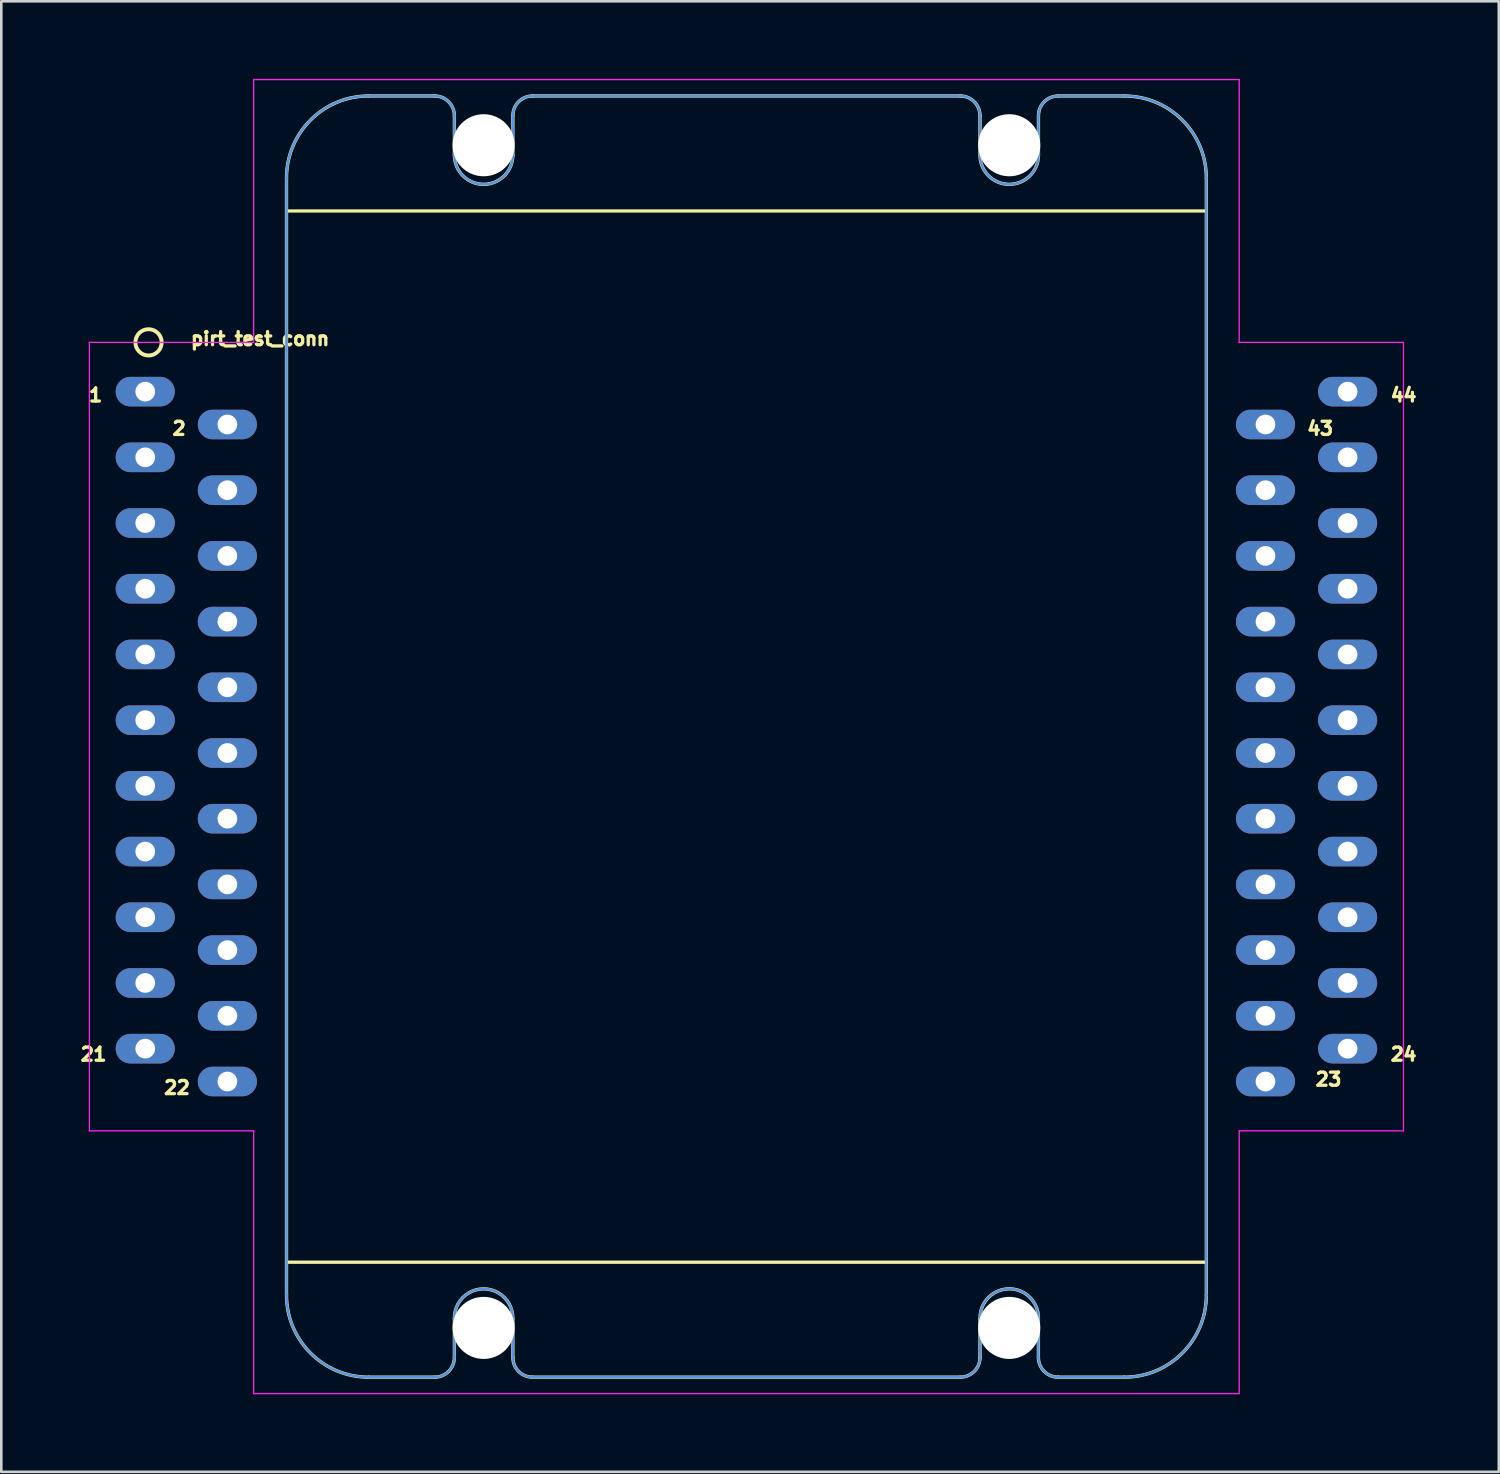
<source format=kicad_pcb>
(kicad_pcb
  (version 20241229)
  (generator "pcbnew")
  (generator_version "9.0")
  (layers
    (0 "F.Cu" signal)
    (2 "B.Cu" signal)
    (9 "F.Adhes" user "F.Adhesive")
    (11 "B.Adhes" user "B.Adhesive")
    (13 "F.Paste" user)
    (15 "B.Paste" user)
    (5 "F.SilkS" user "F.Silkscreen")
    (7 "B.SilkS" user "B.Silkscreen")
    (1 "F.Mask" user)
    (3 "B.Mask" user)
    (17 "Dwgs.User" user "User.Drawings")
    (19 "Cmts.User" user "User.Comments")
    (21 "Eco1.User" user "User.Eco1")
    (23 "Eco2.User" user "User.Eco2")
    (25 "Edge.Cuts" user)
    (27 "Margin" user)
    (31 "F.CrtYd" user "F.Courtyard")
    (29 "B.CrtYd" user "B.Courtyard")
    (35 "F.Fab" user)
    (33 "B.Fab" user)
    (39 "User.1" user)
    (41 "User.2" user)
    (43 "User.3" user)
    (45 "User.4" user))
  (footprint "pirt_test_conn"
    (layer "F.Cu")
    (at 25.806 25.425)
    (property "Reference" "pirt_test_conn" (at -21.546 -15.081 0) (layer "F.SilkS") (effects (font (size 0.508 0.508) (thickness 0.127)) (justify left bottom)))
    (fp_line (start -17.78 -20.32) (end 17.78 -20.32) (stroke (width 0.127) (type solid)) (layer "F.SilkS"))
    (fp_line (start -17.78 20.32) (end 17.78 20.32) (stroke (width 0.127) (type solid)) (layer "F.SilkS"))
    (fp_line (start -17.78 21.59) (end -17.78 -21.59) (stroke (width 0.127) (type solid)) (layer "F.SilkS"))
    (fp_line (start -14.605 -24.765) (end -12.053 -24.765) (stroke (width 0.127) (type solid)) (layer "F.SilkS"))
    (fp_line (start -12.052 24.765) (end -14.605 24.765) (stroke (width 0.127) (type solid)) (layer "F.SilkS"))
    (fp_line (start -11.29 -22.479) (end -11.29 -24.003) (stroke (width 0.127) (type solid)) (layer "F.SilkS"))
    (fp_line (start -11.29 24.003) (end -11.29 22.495) (stroke (width 0.127) (type solid)) (layer "F.SilkS"))
    (fp_line (start -9.03 22.495) (end -9.03 24.003) (stroke (width 0.127) (type solid)) (layer "F.SilkS"))
    (fp_line (start -9.03 -24.003) (end -9.03 -22.479) (stroke (width 0.127) (type solid)) (layer "F.SilkS"))
    (fp_line (start -8.268 -24.765) (end 8.268 -24.765) (stroke (width 0.127) (type solid)) (layer "F.SilkS"))
    (fp_line (start 8.268 24.765) (end -8.268 24.765) (stroke (width 0.127) (type solid)) (layer "F.SilkS"))
    (fp_line (start 9.03 -22.479) (end 9.03 -24.003) (stroke (width 0.127) (type solid)) (layer "F.SilkS"))
    (fp_line (start 9.03 24.003) (end 9.03 22.505) (stroke (width 0.127) (type solid)) (layer "F.SilkS"))
    (fp_line (start 11.288 22.553) (end 11.288 24.003) (stroke (width 0.127) (type solid)) (layer "F.SilkS"))
    (fp_line (start 11.29 -24.003) (end 11.29 -22.479) (stroke (width 0.127) (type solid)) (layer "F.SilkS"))
    (fp_line (start 12.053 -24.765) (end 14.605 -24.765) (stroke (width 0.127) (type solid)) (layer "F.SilkS"))
    (fp_line (start 14.605 24.765) (end 12.05 24.765) (stroke (width 0.127) (type solid)) (layer "F.SilkS"))
    (fp_line (start 17.78 -21.59) (end 17.78 21.59) (stroke (width 0.127) (type solid)) (layer "F.SilkS"))
    (fp_arc (start -17.78 -21.59) (mid -16.850064 -23.835064) (end -14.605 -24.765) (stroke (width 0.127) (type solid)) (layer "F.SilkS"))
    (fp_arc (start -14.605 24.765) (mid -16.850064 23.835064) (end -17.78 21.59) (stroke (width 0.127) (type solid)) (layer "F.SilkS"))
    (fp_arc (start -12.0525 -24.765) (mid -11.513685 -24.541815) (end -11.2905 -24.003) (stroke (width 0.127) (type solid)) (layer "F.SilkS"))
    (fp_arc (start -11.29038 22.495276) (mid -10.159998 21.348498) (end -9.029618 22.495278) (stroke (width 0.127) (type solid)) (layer "F.SilkS"))
    (fp_arc (start -11.290378 24.003) (mid -11.513563 24.541815) (end -12.052378 24.765) (stroke (width 0.127) (type solid)) (layer "F.SilkS"))
    (fp_arc (start -9.0295 -24.003) (mid -8.806315 -24.541815) (end -8.2675 -24.765) (stroke (width 0.127) (type solid)) (layer "F.SilkS"))
    (fp_arc (start -9.0295 -22.479) (mid -10.16 -21.3485) (end -11.2905 -22.479) (stroke (width 0.127) (type solid)) (layer "F.SilkS"))
    (fp_arc (start -8.267618 24.765) (mid -8.806433 24.541815) (end -9.029618 24.003) (stroke (width 0.127) (type solid)) (layer "F.SilkS"))
    (fp_arc (start 8.2675 -24.765) (mid 8.806315 -24.541815) (end 9.0295 -24.003) (stroke (width 0.127) (type solid)) (layer "F.SilkS"))
    (fp_arc (start 9.029795 22.504876) (mid 10.184334 21.348762) (end 11.28804 22.5535) (stroke (width 0.127) (type solid)) (layer "F.SilkS"))
    (fp_arc (start 9.0298 24.003) (mid 8.806615 24.541815) (end 8.2678 24.765) (stroke (width 0.127) (type solid)) (layer "F.SilkS"))
    (fp_arc (start 11.2905 -24.003) (mid 11.513685 -24.541815) (end 12.0525 -24.765) (stroke (width 0.127) (type solid)) (layer "F.SilkS"))
    (fp_arc (start 11.2905 -22.479) (mid 10.16 -21.3485) (end 9.0295 -22.479) (stroke (width 0.127) (type solid)) (layer "F.SilkS"))
    (fp_arc (start 12.05004 24.765) (mid 11.511225 24.541815) (end 11.28804 24.003) (stroke (width 0.127) (type solid)) (layer "F.SilkS"))
    (fp_arc (start 14.605 -24.765) (mid 16.850064 -23.835064) (end 17.78 -21.59) (stroke (width 0.127) (type solid)) (layer "F.SilkS"))
    (fp_arc (start 17.78 21.59) (mid 16.850064 23.835064) (end 14.605 24.765) (stroke (width 0.127) (type solid)) (layer "F.SilkS"))
    (fp_circle (center -23.114 -15.24) (end -22.606 -15.24) (stroke (width 0.152) (type solid)) (fill no) (layer "F.SilkS"))
    (fp_line (start -23.368 -13.525) (end -23.177 -13.525) (stroke (width 0.1) (type solid)) (layer "Cmts.User"))
    (fp_line (start -23.368 -13.525) (end -23.177 -13.145) (stroke (width 0.1) (type solid)) (layer "Cmts.User"))
    (fp_line (start -23.368 -13.145) (end -23.368 -13.525) (stroke (width 0.1) (type solid)) (layer "Cmts.User"))
    (fp_line (start -23.368 -13.145) (end -23.177 -13.525) (stroke (width 0.1) (type solid)) (layer "Cmts.User"))
    (fp_line (start -23.368 -10.986) (end -23.176 -10.986) (stroke (width 0.1) (type solid)) (layer "Cmts.User"))
    (fp_line (start -23.368 -10.604) (end -23.368 -10.986) (stroke (width 0.1) (type solid)) (layer "Cmts.User"))
    (fp_line (start -23.368 -8.445) (end -23.176 -8.445) (stroke (width 0.1) (type solid)) (layer "Cmts.User"))
    (fp_line (start -23.368 -8.065) (end -23.368 -8.445) (stroke (width 0.1) (type solid)) (layer "Cmts.User"))
    (fp_line (start -23.368 -5.905) (end -23.176 -5.905) (stroke (width 0.1) (type solid)) (layer "Cmts.User"))
    (fp_line (start -23.368 -5.524) (end -23.368 -5.905) (stroke (width 0.1) (type solid)) (layer "Cmts.User"))
    (fp_line (start -23.368 -3.365) (end -23.176 -3.365) (stroke (width 0.1) (type solid)) (layer "Cmts.User"))
    (fp_line (start -23.368 -2.985) (end -23.368 -3.365) (stroke (width 0.1) (type solid)) (layer "Cmts.User"))
    (fp_line (start -23.368 -0.826) (end -23.176 -0.826) (stroke (width 0.1) (type solid)) (layer "Cmts.User"))
    (fp_line (start -23.368 -0.445) (end -23.368 -0.826) (stroke (width 0.1) (type solid)) (layer "Cmts.User"))
    (fp_line (start -23.368 1.714) (end -23.176 1.714) (stroke (width 0.1) (type solid)) (layer "Cmts.User"))
    (fp_line (start -23.368 2.095) (end -23.368 1.714) (stroke (width 0.1) (type solid)) (layer "Cmts.User"))
    (fp_line (start -23.368 4.255) (end -23.176 4.255) (stroke (width 0.1) (type solid)) (layer "Cmts.User"))
    (fp_line (start -23.368 4.636) (end -23.368 4.255) (stroke (width 0.1) (type solid)) (layer "Cmts.User"))
    (fp_line (start -23.368 6.795) (end -23.176 6.795) (stroke (width 0.1) (type solid)) (layer "Cmts.User"))
    (fp_line (start -23.368 7.176) (end -23.368 6.795) (stroke (width 0.1) (type solid)) (layer "Cmts.User"))
    (fp_line (start -23.368 9.335) (end -23.176 9.335) (stroke (width 0.1) (type solid)) (layer "Cmts.User"))
    (fp_line (start -23.368 9.716) (end -23.368 9.335) (stroke (width 0.1) (type solid)) (layer "Cmts.User"))
    (fp_line (start -23.368 11.874) (end -23.368 12.255) (stroke (width 0.1) (type solid)) (layer "Cmts.User"))
    (fp_line (start -23.368 12.255) (end -23.176 12.255) (stroke (width 0.1) (type solid)) (layer "Cmts.User"))
    (fp_line (start -23.177 -13.525) (end -23.176 -13.525) (stroke (width 0.1) (type solid)) (layer "Cmts.User"))
    (fp_line (start -23.177 -13.145) (end -23.368 -13.145) (stroke (width 0.1) (type solid)) (layer "Cmts.User"))
    (fp_line (start -23.176 -13.525) (end -23.176 -13.145) (stroke (width 0.1) (type solid)) (layer "Cmts.User"))
    (fp_line (start -23.176 -13.145) (end -23.177 -13.145) (stroke (width 0.1) (type solid)) (layer "Cmts.User"))
    (fp_line (start -23.176 -10.986) (end -23.176 -10.604) (stroke (width 0.1) (type solid)) (layer "Cmts.User"))
    (fp_line (start -23.176 -10.604) (end -23.368 -10.604) (stroke (width 0.1) (type solid)) (layer "Cmts.User"))
    (fp_line (start -23.176 -8.445) (end -23.176 -8.065) (stroke (width 0.1) (type solid)) (layer "Cmts.User"))
    (fp_line (start -23.176 -8.065) (end -23.368 -8.065) (stroke (width 0.1) (type solid)) (layer "Cmts.User"))
    (fp_line (start -23.176 -5.905) (end -23.176 -5.524) (stroke (width 0.1) (type solid)) (layer "Cmts.User"))
    (fp_line (start -23.176 -5.524) (end -23.368 -5.524) (stroke (width 0.1) (type solid)) (layer "Cmts.User"))
    (fp_line (start -23.176 -3.365) (end -23.176 -2.985) (stroke (width 0.1) (type solid)) (layer "Cmts.User"))
    (fp_line (start -23.176 -2.985) (end -23.368 -2.985) (stroke (width 0.1) (type solid)) (layer "Cmts.User"))
    (fp_line (start -23.176 -0.826) (end -23.176 -0.445) (stroke (width 0.1) (type solid)) (layer "Cmts.User"))
    (fp_line (start -23.176 -0.445) (end -23.368 -0.445) (stroke (width 0.1) (type solid)) (layer "Cmts.User"))
    (fp_line (start -23.176 1.714) (end -23.176 2.095) (stroke (width 0.1) (type solid)) (layer "Cmts.User"))
    (fp_line (start -23.176 2.095) (end -23.368 2.095) (stroke (width 0.1) (type solid)) (layer "Cmts.User"))
    (fp_line (start -23.176 4.255) (end -23.176 4.636) (stroke (width 0.1) (type solid)) (layer "Cmts.User"))
    (fp_line (start -23.176 4.636) (end -23.368 4.636) (stroke (width 0.1) (type solid)) (layer "Cmts.User"))
    (fp_line (start -23.176 6.795) (end -23.176 7.176) (stroke (width 0.1) (type solid)) (layer "Cmts.User"))
    (fp_line (start -23.176 7.176) (end -23.368 7.176) (stroke (width 0.1) (type solid)) (layer "Cmts.User"))
    (fp_line (start -23.176 9.335) (end -23.176 9.716) (stroke (width 0.1) (type solid)) (layer "Cmts.User"))
    (fp_line (start -23.176 9.716) (end -23.368 9.716) (stroke (width 0.1) (type solid)) (layer "Cmts.User"))
    (fp_line (start -23.176 11.874) (end -23.368 11.874) (stroke (width 0.1) (type solid)) (layer "Cmts.User"))
    (fp_line (start -23.176 12.255) (end -23.176 11.874) (stroke (width 0.1) (type solid)) (layer "Cmts.User"))
    (fp_line (start -20.193 -12.255) (end -20.003 -12.255) (stroke (width 0.1) (type solid)) (layer "Cmts.User"))
    (fp_line (start -20.193 -12.255) (end -20.003 -11.874) (stroke (width 0.1) (type solid)) (layer "Cmts.User"))
    (fp_line (start -20.193 -11.874) (end -20.193 -12.255) (stroke (width 0.1) (type solid)) (layer "Cmts.User"))
    (fp_line (start -20.193 -11.874) (end -20.003 -12.255) (stroke (width 0.1) (type solid)) (layer "Cmts.User"))
    (fp_line (start -20.193 -9.716) (end -20.001 -9.716) (stroke (width 0.1) (type solid)) (layer "Cmts.User"))
    (fp_line (start -20.193 -9.335) (end -20.193 -9.716) (stroke (width 0.1) (type solid)) (layer "Cmts.User"))
    (fp_line (start -20.193 -7.176) (end -20.001 -7.176) (stroke (width 0.1) (type solid)) (layer "Cmts.User"))
    (fp_line (start -20.193 -6.795) (end -20.193 -7.176) (stroke (width 0.1) (type solid)) (layer "Cmts.User"))
    (fp_line (start -20.193 -4.636) (end -20.001 -4.636) (stroke (width 0.1) (type solid)) (layer "Cmts.User"))
    (fp_line (start -20.193 -4.255) (end -20.193 -4.636) (stroke (width 0.1) (type solid)) (layer "Cmts.User"))
    (fp_line (start -20.193 -2.095) (end -20.001 -2.095) (stroke (width 0.1) (type solid)) (layer "Cmts.User"))
    (fp_line (start -20.193 -1.714) (end -20.193 -2.095) (stroke (width 0.1) (type solid)) (layer "Cmts.User"))
    (fp_line (start -20.193 0.445) (end -20.001 0.445) (stroke (width 0.1) (type solid)) (layer "Cmts.User"))
    (fp_line (start -20.193 0.826) (end -20.193 0.445) (stroke (width 0.1) (type solid)) (layer "Cmts.User"))
    (fp_line (start -20.193 2.985) (end -20.001 2.985) (stroke (width 0.1) (type solid)) (layer "Cmts.User"))
    (fp_line (start -20.193 3.365) (end -20.193 2.985) (stroke (width 0.1) (type solid)) (layer "Cmts.User"))
    (fp_line (start -20.193 5.524) (end -20.001 5.524) (stroke (width 0.1) (type solid)) (layer "Cmts.User"))
    (fp_line (start -20.193 5.905) (end -20.193 5.524) (stroke (width 0.1) (type solid)) (layer "Cmts.User"))
    (fp_line (start -20.193 8.065) (end -20.001 8.065) (stroke (width 0.1) (type solid)) (layer "Cmts.User"))
    (fp_line (start -20.193 8.445) (end -20.193 8.065) (stroke (width 0.1) (type solid)) (layer "Cmts.User"))
    (fp_line (start -20.193 10.604) (end -20.001 10.604) (stroke (width 0.1) (type solid)) (layer "Cmts.User"))
    (fp_line (start -20.193 10.986) (end -20.193 10.604) (stroke (width 0.1) (type solid)) (layer "Cmts.User"))
    (fp_line (start -20.193 13.145) (end -20.001 13.145) (stroke (width 0.1) (type solid)) (layer "Cmts.User"))
    (fp_line (start -20.193 13.525) (end -20.193 13.145) (stroke (width 0.1) (type solid)) (layer "Cmts.User"))
    (fp_line (start -20.003 -12.255) (end -20.001 -12.255) (stroke (width 0.1) (type solid)) (layer "Cmts.User"))
    (fp_line (start -20.003 -11.874) (end -20.193 -11.874) (stroke (width 0.1) (type solid)) (layer "Cmts.User"))
    (fp_line (start -20.001 -12.255) (end -20.001 -11.874) (stroke (width 0.1) (type solid)) (layer "Cmts.User"))
    (fp_line (start -20.001 -11.874) (end -20.003 -11.874) (stroke (width 0.1) (type solid)) (layer "Cmts.User"))
    (fp_line (start -20.001 -9.716) (end -20.001 -9.335) (stroke (width 0.1) (type solid)) (layer "Cmts.User"))
    (fp_line (start -20.001 -9.335) (end -20.193 -9.335) (stroke (width 0.1) (type solid)) (layer "Cmts.User"))
    (fp_line (start -20.001 -7.176) (end -20.001 -6.795) (stroke (width 0.1) (type solid)) (layer "Cmts.User"))
    (fp_line (start -20.001 -6.795) (end -20.193 -6.795) (stroke (width 0.1) (type solid)) (layer "Cmts.User"))
    (fp_line (start -20.001 -4.636) (end -20.001 -4.255) (stroke (width 0.1) (type solid)) (layer "Cmts.User"))
    (fp_line (start -20.001 -4.255) (end -20.193 -4.255) (stroke (width 0.1) (type solid)) (layer "Cmts.User"))
    (fp_line (start -20.001 -2.095) (end -20.001 -1.714) (stroke (width 0.1) (type solid)) (layer "Cmts.User"))
    (fp_line (start -20.001 -1.714) (end -20.193 -1.714) (stroke (width 0.1) (type solid)) (layer "Cmts.User"))
    (fp_line (start -20.001 0.445) (end -20.001 0.826) (stroke (width 0.1) (type solid)) (layer "Cmts.User"))
    (fp_line (start -20.001 0.826) (end -20.193 0.826) (stroke (width 0.1) (type solid)) (layer "Cmts.User"))
    (fp_line (start -20.001 2.985) (end -20.001 3.365) (stroke (width 0.1) (type solid)) (layer "Cmts.User"))
    (fp_line (start -20.001 3.365) (end -20.193 3.365) (stroke (width 0.1) (type solid)) (layer "Cmts.User"))
    (fp_line (start -20.001 5.524) (end -20.001 5.905) (stroke (width 0.1) (type solid)) (layer "Cmts.User"))
    (fp_line (start -20.001 5.905) (end -20.193 5.905) (stroke (width 0.1) (type solid)) (layer "Cmts.User"))
    (fp_line (start -20.001 8.065) (end -20.001 8.445) (stroke (width 0.1) (type solid)) (layer "Cmts.User"))
    (fp_line (start -20.001 8.445) (end -20.193 8.445) (stroke (width 0.1) (type solid)) (layer "Cmts.User"))
    (fp_line (start -20.001 10.604) (end -20.001 10.986) (stroke (width 0.1) (type solid)) (layer "Cmts.User"))
    (fp_line (start -20.001 10.986) (end -20.193 10.986) (stroke (width 0.1) (type solid)) (layer "Cmts.User"))
    (fp_line (start -20.001 13.145) (end -20.001 13.525) (stroke (width 0.1) (type solid)) (layer "Cmts.User"))
    (fp_line (start -20.001 13.525) (end -20.193 13.525) (stroke (width 0.1) (type solid)) (layer "Cmts.User"))
    (fp_line (start -17.78 21.59) (end -17.78 -21.59) (stroke (width 0.1) (type solid)) (layer "Cmts.User"))
    (fp_line (start -14.605 -24.765) (end -12.053 -24.765) (stroke (width 0.1) (type solid)) (layer "Cmts.User"))
    (fp_line (start -12.052 24.765) (end -14.605 24.765) (stroke (width 0.1) (type solid)) (layer "Cmts.User"))
    (fp_line (start -11.29 -22.479) (end -11.29 -24.003) (stroke (width 0.1) (type solid)) (layer "Cmts.User"))
    (fp_line (start -11.29 24.003) (end -11.29 22.495) (stroke (width 0.1) (type solid)) (layer "Cmts.User"))
    (fp_line (start -9.03 22.495) (end -9.03 24.003) (stroke (width 0.1) (type solid)) (layer "Cmts.User"))
    (fp_line (start -9.03 -24.003) (end -9.03 -22.479) (stroke (width 0.1) (type solid)) (layer "Cmts.User"))
    (fp_line (start -8.268 -24.765) (end 8.268 -24.765) (stroke (width 0.1) (type solid)) (layer "Cmts.User"))
    (fp_line (start 8.268 24.765) (end -8.268 24.765) (stroke (width 0.1) (type solid)) (layer "Cmts.User"))
    (fp_line (start 9.03 -22.479) (end 9.03 -24.003) (stroke (width 0.1) (type solid)) (layer "Cmts.User"))
    (fp_line (start 9.03 24.003) (end 9.03 22.505) (stroke (width 0.1) (type solid)) (layer "Cmts.User"))
    (fp_line (start 11.288 22.553) (end 11.288 24.003) (stroke (width 0.1) (type solid)) (layer "Cmts.User"))
    (fp_line (start 11.29 -24.003) (end 11.29 -22.479) (stroke (width 0.1) (type solid)) (layer "Cmts.User"))
    (fp_line (start 12.053 -24.765) (end 14.605 -24.765) (stroke (width 0.1) (type solid)) (layer "Cmts.User"))
    (fp_line (start 14.605 24.765) (end 12.05 24.765) (stroke (width 0.1) (type solid)) (layer "Cmts.User"))
    (fp_line (start 17.78 -21.59) (end 17.78 21.59) (stroke (width 0.1) (type solid)) (layer "Cmts.User"))
    (fp_line (start 19.939 -12.255) (end 19.939 -11.874) (stroke (width 0.1) (type solid)) (layer "Cmts.User"))
    (fp_line (start 19.939 -11.874) (end 20.193 -11.874) (stroke (width 0.1) (type solid)) (layer "Cmts.User"))
    (fp_line (start 19.939 -9.716) (end 19.939 -9.335) (stroke (width 0.1) (type solid)) (layer "Cmts.User"))
    (fp_line (start 19.939 -9.335) (end 20.193 -9.335) (stroke (width 0.1) (type solid)) (layer "Cmts.User"))
    (fp_line (start 19.939 -7.176) (end 19.939 -6.795) (stroke (width 0.1) (type solid)) (layer "Cmts.User"))
    (fp_line (start 19.939 -6.795) (end 20.193 -6.795) (stroke (width 0.1) (type solid)) (layer "Cmts.User"))
    (fp_line (start 19.939 -4.636) (end 19.939 -4.255) (stroke (width 0.1) (type solid)) (layer "Cmts.User"))
    (fp_line (start 19.939 -4.255) (end 20.193 -4.255) (stroke (width 0.1) (type solid)) (layer "Cmts.User"))
    (fp_line (start 19.939 -2.095) (end 19.939 -1.714) (stroke (width 0.1) (type solid)) (layer "Cmts.User"))
    (fp_line (start 19.939 -1.714) (end 20.193 -1.714) (stroke (width 0.1) (type solid)) (layer "Cmts.User"))
    (fp_line (start 19.939 0.445) (end 19.939 0.826) (stroke (width 0.1) (type solid)) (layer "Cmts.User"))
    (fp_line (start 19.939 0.826) (end 20.193 0.826) (stroke (width 0.1) (type solid)) (layer "Cmts.User"))
    (fp_line (start 19.939 2.985) (end 19.939 3.365) (stroke (width 0.1) (type solid)) (layer "Cmts.User"))
    (fp_line (start 19.939 3.365) (end 20.193 3.365) (stroke (width 0.1) (type solid)) (layer "Cmts.User"))
    (fp_line (start 19.939 5.524) (end 19.939 5.905) (stroke (width 0.1) (type solid)) (layer "Cmts.User"))
    (fp_line (start 19.939 5.905) (end 20.193 5.905) (stroke (width 0.1) (type solid)) (layer "Cmts.User"))
    (fp_line (start 19.939 8.065) (end 19.939 8.445) (stroke (width 0.1) (type solid)) (layer "Cmts.User"))
    (fp_line (start 19.939 8.445) (end 20.193 8.445) (stroke (width 0.1) (type solid)) (layer "Cmts.User"))
    (fp_line (start 19.939 10.604) (end 19.939 10.986) (stroke (width 0.1) (type solid)) (layer "Cmts.User"))
    (fp_line (start 19.939 10.986) (end 20.193 10.986) (stroke (width 0.1) (type solid)) (layer "Cmts.User"))
    (fp_line (start 19.939 13.145) (end 19.939 13.525) (stroke (width 0.1) (type solid)) (layer "Cmts.User"))
    (fp_line (start 19.939 13.145) (end 20.193 13.525) (stroke (width 0.1) (type solid)) (layer "Cmts.User"))
    (fp_line (start 19.939 13.525) (end 20.193 13.145) (stroke (width 0.1) (type solid)) (layer "Cmts.User"))
    (fp_line (start 19.939 13.525) (end 20.193 13.525) (stroke (width 0.1) (type solid)) (layer "Cmts.User"))
    (fp_line (start 20.193 -12.255) (end 19.939 -12.255) (stroke (width 0.1) (type solid)) (layer "Cmts.User"))
    (fp_line (start 20.193 -11.874) (end 20.193 -12.255) (stroke (width 0.1) (type solid)) (layer "Cmts.User"))
    (fp_line (start 20.193 -9.716) (end 19.939 -9.716) (stroke (width 0.1) (type solid)) (layer "Cmts.User"))
    (fp_line (start 20.193 -9.335) (end 20.193 -9.716) (stroke (width 0.1) (type solid)) (layer "Cmts.User"))
    (fp_line (start 20.193 -7.176) (end 19.939 -7.176) (stroke (width 0.1) (type solid)) (layer "Cmts.User"))
    (fp_line (start 20.193 -6.795) (end 20.193 -7.176) (stroke (width 0.1) (type solid)) (layer "Cmts.User"))
    (fp_line (start 20.193 -4.636) (end 19.939 -4.636) (stroke (width 0.1) (type solid)) (layer "Cmts.User"))
    (fp_line (start 20.193 -4.255) (end 20.193 -4.636) (stroke (width 0.1) (type solid)) (layer "Cmts.User"))
    (fp_line (start 20.193 -2.095) (end 19.939 -2.095) (stroke (width 0.1) (type solid)) (layer "Cmts.User"))
    (fp_line (start 20.193 -1.714) (end 20.193 -2.095) (stroke (width 0.1) (type solid)) (layer "Cmts.User"))
    (fp_line (start 20.193 0.445) (end 19.939 0.445) (stroke (width 0.1) (type solid)) (layer "Cmts.User"))
    (fp_line (start 20.193 0.826) (end 20.193 0.445) (stroke (width 0.1) (type solid)) (layer "Cmts.User"))
    (fp_line (start 20.193 2.985) (end 19.939 2.985) (stroke (width 0.1) (type solid)) (layer "Cmts.User"))
    (fp_line (start 20.193 3.365) (end 20.193 2.985) (stroke (width 0.1) (type solid)) (layer "Cmts.User"))
    (fp_line (start 20.193 5.524) (end 19.939 5.524) (stroke (width 0.1) (type solid)) (layer "Cmts.User"))
    (fp_line (start 20.193 5.905) (end 20.193 5.524) (stroke (width 0.1) (type solid)) (layer "Cmts.User"))
    (fp_line (start 20.193 8.065) (end 19.939 8.065) (stroke (width 0.1) (type solid)) (layer "Cmts.User"))
    (fp_line (start 20.193 8.445) (end 20.193 8.065) (stroke (width 0.1) (type solid)) (layer "Cmts.User"))
    (fp_line (start 20.193 10.604) (end 19.939 10.604) (stroke (width 0.1) (type solid)) (layer "Cmts.User"))
    (fp_line (start 20.193 10.986) (end 20.193 10.604) (stroke (width 0.1) (type solid)) (layer "Cmts.User"))
    (fp_line (start 20.193 13.145) (end 19.939 13.145) (stroke (width 0.1) (type solid)) (layer "Cmts.User"))
    (fp_line (start 20.193 13.525) (end 20.193 13.145) (stroke (width 0.1) (type solid)) (layer "Cmts.User"))
    (fp_line (start 23.114 -13.525) (end 23.114 -13.145) (stroke (width 0.1) (type solid)) (layer "Cmts.User"))
    (fp_line (start 23.114 -13.145) (end 23.368 -13.145) (stroke (width 0.1) (type solid)) (layer "Cmts.User"))
    (fp_line (start 23.114 -10.986) (end 23.114 -10.604) (stroke (width 0.1) (type solid)) (layer "Cmts.User"))
    (fp_line (start 23.114 -10.604) (end 23.368 -10.604) (stroke (width 0.1) (type solid)) (layer "Cmts.User"))
    (fp_line (start 23.114 -8.445) (end 23.114 -8.065) (stroke (width 0.1) (type solid)) (layer "Cmts.User"))
    (fp_line (start 23.114 -8.065) (end 23.368 -8.065) (stroke (width 0.1) (type solid)) (layer "Cmts.User"))
    (fp_line (start 23.114 -5.905) (end 23.114 -5.524) (stroke (width 0.1) (type solid)) (layer "Cmts.User"))
    (fp_line (start 23.114 -5.524) (end 23.368 -5.524) (stroke (width 0.1) (type solid)) (layer "Cmts.User"))
    (fp_line (start 23.114 -3.365) (end 23.114 -2.985) (stroke (width 0.1) (type solid)) (layer "Cmts.User"))
    (fp_line (start 23.114 -2.985) (end 23.368 -2.985) (stroke (width 0.1) (type solid)) (layer "Cmts.User"))
    (fp_line (start 23.114 -0.826) (end 23.114 -0.445) (stroke (width 0.1) (type solid)) (layer "Cmts.User"))
    (fp_line (start 23.114 -0.445) (end 23.368 -0.445) (stroke (width 0.1) (type solid)) (layer "Cmts.User"))
    (fp_line (start 23.114 1.714) (end 23.114 2.095) (stroke (width 0.1) (type solid)) (layer "Cmts.User"))
    (fp_line (start 23.114 2.095) (end 23.368 2.095) (stroke (width 0.1) (type solid)) (layer "Cmts.User"))
    (fp_line (start 23.114 4.255) (end 23.114 4.636) (stroke (width 0.1) (type solid)) (layer "Cmts.User"))
    (fp_line (start 23.114 4.636) (end 23.368 4.636) (stroke (width 0.1) (type solid)) (layer "Cmts.User"))
    (fp_line (start 23.114 6.795) (end 23.114 7.176) (stroke (width 0.1) (type solid)) (layer "Cmts.User"))
    (fp_line (start 23.114 7.176) (end 23.368 7.176) (stroke (width 0.1) (type solid)) (layer "Cmts.User"))
    (fp_line (start 23.114 9.335) (end 23.114 9.716) (stroke (width 0.1) (type solid)) (layer "Cmts.User"))
    (fp_line (start 23.114 9.716) (end 23.368 9.716) (stroke (width 0.1) (type solid)) (layer "Cmts.User"))
    (fp_line (start 23.114 11.874) (end 23.114 12.255) (stroke (width 0.1) (type solid)) (layer "Cmts.User"))
    (fp_line (start 23.114 11.874) (end 23.368 12.255) (stroke (width 0.1) (type solid)) (layer "Cmts.User"))
    (fp_line (start 23.114 12.255) (end 23.368 11.874) (stroke (width 0.1) (type solid)) (layer "Cmts.User"))
    (fp_line (start 23.114 12.255) (end 23.368 12.255) (stroke (width 0.1) (type solid)) (layer "Cmts.User"))
    (fp_line (start 23.368 -13.525) (end 23.114 -13.525) (stroke (width 0.1) (type solid)) (layer "Cmts.User"))
    (fp_line (start 23.368 -13.145) (end 23.368 -13.525) (stroke (width 0.1) (type solid)) (layer "Cmts.User"))
    (fp_line (start 23.368 -10.986) (end 23.114 -10.986) (stroke (width 0.1) (type solid)) (layer "Cmts.User"))
    (fp_line (start 23.368 -10.604) (end 23.368 -10.986) (stroke (width 0.1) (type solid)) (layer "Cmts.User"))
    (fp_line (start 23.368 -8.445) (end 23.114 -8.445) (stroke (width 0.1) (type solid)) (layer "Cmts.User"))
    (fp_line (start 23.368 -8.065) (end 23.368 -8.445) (stroke (width 0.1) (type solid)) (layer "Cmts.User"))
    (fp_line (start 23.368 -5.905) (end 23.114 -5.905) (stroke (width 0.1) (type solid)) (layer "Cmts.User"))
    (fp_line (start 23.368 -5.524) (end 23.368 -5.905) (stroke (width 0.1) (type solid)) (layer "Cmts.User"))
    (fp_line (start 23.368 -3.365) (end 23.114 -3.365) (stroke (width 0.1) (type solid)) (layer "Cmts.User"))
    (fp_line (start 23.368 -2.985) (end 23.368 -3.365) (stroke (width 0.1) (type solid)) (layer "Cmts.User"))
    (fp_line (start 23.368 -0.826) (end 23.114 -0.826) (stroke (width 0.1) (type solid)) (layer "Cmts.User"))
    (fp_line (start 23.368 -0.445) (end 23.368 -0.826) (stroke (width 0.1) (type solid)) (layer "Cmts.User"))
    (fp_line (start 23.368 1.714) (end 23.114 1.714) (stroke (width 0.1) (type solid)) (layer "Cmts.User"))
    (fp_line (start 23.368 2.095) (end 23.368 1.714) (stroke (width 0.1) (type solid)) (layer "Cmts.User"))
    (fp_line (start 23.368 4.255) (end 23.114 4.255) (stroke (width 0.1) (type solid)) (layer "Cmts.User"))
    (fp_line (start 23.368 4.636) (end 23.368 4.255) (stroke (width 0.1) (type solid)) (layer "Cmts.User"))
    (fp_line (start 23.368 6.795) (end 23.114 6.795) (stroke (width 0.1) (type solid)) (layer "Cmts.User"))
    (fp_line (start 23.368 7.176) (end 23.368 6.795) (stroke (width 0.1) (type solid)) (layer "Cmts.User"))
    (fp_line (start 23.368 9.335) (end 23.114 9.335) (stroke (width 0.1) (type solid)) (layer "Cmts.User"))
    (fp_line (start 23.368 9.716) (end 23.368 9.335) (stroke (width 0.1) (type solid)) (layer "Cmts.User"))
    (fp_line (start 23.368 11.874) (end 23.114 11.874) (stroke (width 0.1) (type solid)) (layer "Cmts.User"))
    (fp_line (start 23.368 12.255) (end 23.368 11.874) (stroke (width 0.1) (type solid)) (layer "Cmts.User"))
    (fp_arc (start -17.78 -21.59) (mid -16.850064 -23.835064) (end -14.605 -24.765) (stroke (width 0.1) (type solid)) (layer "Cmts.User"))
    (fp_arc (start -14.605 24.765) (mid -16.850064 23.835064) (end -17.78 21.59) (stroke (width 0.1) (type solid)) (layer "Cmts.User"))
    (fp_arc (start -12.0525 -24.765) (mid -11.513685 -24.541815) (end -11.2905 -24.003) (stroke (width 0.1) (type solid)) (layer "Cmts.User"))
    (fp_arc (start -11.29038 22.495276) (mid -10.159998 21.348498) (end -9.029618 22.495278) (stroke (width 0.1) (type solid)) (layer "Cmts.User"))
    (fp_arc (start -11.290378 24.003) (mid -11.513563 24.541815) (end -12.052378 24.765) (stroke (width 0.1) (type solid)) (layer "Cmts.User"))
    (fp_arc (start -9.0295 -24.003) (mid -8.806315 -24.541815) (end -8.2675 -24.765) (stroke (width 0.1) (type solid)) (layer "Cmts.User"))
    (fp_arc (start -9.0295 -22.479) (mid -10.16 -21.3485) (end -11.2905 -22.479) (stroke (width 0.1) (type solid)) (layer "Cmts.User"))
    (fp_arc (start -8.267618 24.765) (mid -8.806433 24.541815) (end -9.029618 24.003) (stroke (width 0.1) (type solid)) (layer "Cmts.User"))
    (fp_arc (start 8.2675 -24.765) (mid 8.806315 -24.541815) (end 9.0295 -24.003) (stroke (width 0.1) (type solid)) (layer "Cmts.User"))
    (fp_arc (start 9.029795 22.504876) (mid 10.184334 21.348762) (end 11.28804 22.5535) (stroke (width 0.1) (type solid)) (layer "Cmts.User"))
    (fp_arc (start 9.0298 24.003) (mid 8.806615 24.541815) (end 8.2678 24.765) (stroke (width 0.1) (type solid)) (layer "Cmts.User"))
    (fp_arc (start 11.2905 -24.003) (mid 11.513685 -24.541815) (end 12.0525 -24.765) (stroke (width 0.1) (type solid)) (layer "Cmts.User"))
    (fp_arc (start 11.2905 -22.479) (mid 10.16 -21.3485) (end 9.0295 -22.479) (stroke (width 0.1) (type solid)) (layer "Cmts.User"))
    (fp_arc (start 12.05004 24.765) (mid 11.511225 24.541815) (end 11.28804 24.003) (stroke (width 0.1) (type solid)) (layer "Cmts.User"))
    (fp_arc (start 14.605 -24.765) (mid 16.850064 -23.835064) (end 17.78 -21.59) (stroke (width 0.1) (type solid)) (layer "Cmts.User"))
    (fp_arc (start 17.78 21.59) (mid 16.850064 23.835064) (end 14.605 24.765) (stroke (width 0.1) (type solid)) (layer "Cmts.User"))
    (fp_line (start -25.4 -15.24) (end -19.05 -15.24) (stroke (width 0.05) (type solid)) (layer "F.CrtYd"))
    (fp_line (start -25.4 15.24) (end -25.4 -15.24) (stroke (width 0.05) (type solid)) (layer "F.CrtYd"))
    (fp_line (start -19.05 -25.4) (end 19.05 -25.4) (stroke (width 0.05) (type solid)) (layer "F.CrtYd"))
    (fp_line (start -19.05 -15.24) (end -19.05 -25.4) (stroke (width 0.05) (type solid)) (layer "F.CrtYd"))
    (fp_line (start -19.05 15.24) (end -25.4 15.24) (stroke (width 0.05) (type solid)) (layer "F.CrtYd"))
    (fp_line (start -19.05 25.4) (end -19.05 15.24) (stroke (width 0.05) (type solid)) (layer "F.CrtYd"))
    (fp_line (start 19.05 -25.4) (end 19.05 -15.24) (stroke (width 0.05) (type solid)) (layer "F.CrtYd"))
    (fp_line (start 19.05 -15.24) (end 25.4 -15.24) (stroke (width 0.05) (type solid)) (layer "F.CrtYd"))
    (fp_line (start 19.05 15.24) (end 19.05 25.4) (stroke (width 0.05) (type solid)) (layer "F.CrtYd"))
    (fp_line (start 19.05 25.4) (end -19.05 25.4) (stroke (width 0.05) (type solid)) (layer "F.CrtYd"))
    (fp_line (start 25.4 -15.24) (end 25.4 15.24) (stroke (width 0.05) (type solid)) (layer "F.CrtYd"))
    (fp_line (start 25.4 15.24) (end 19.05 15.24) (stroke (width 0.05) (type solid)) (layer "F.CrtYd"))
    (fp_circle (center -10.16 -22.86) (end -8.16 -22.86) (stroke (width 0.001) (type solid)) (fill no) (layer "F.Fab"))
    (fp_circle (center -10.16 22.86) (end -8.16 22.86) (stroke (width 0.001) (type solid)) (fill no) (layer "F.Fab"))
    (fp_circle (center 10.16 -22.86) (end 12.16 -22.86) (stroke (width 0.001) (type solid)) (fill no) (layer "F.Fab"))
    (fp_circle (center 10.16 22.86) (end 12.16 22.86) (stroke (width 0.001) (type solid)) (fill no) (layer "F.Fab"))
    (fp_text user "44" (at 24.839 -12.903 0) (layer "F.SilkS") (effects (font (size 0.508 0.508) (thickness 0.127)) (justify left bottom)))
    (fp_text user "23" (at 21.935 13.548 0) (layer "F.SilkS") (effects (font (size 0.508 0.508) (thickness 0.127)) (justify left bottom)))
    (fp_text user "43" (at 21.613 -11.613 0) (layer "F.SilkS") (effects (font (size 0.508 0.508) (thickness 0.127)) (justify left bottom)))
    (fp_text user "1" (at -25.484 -12.903 0) (layer "F.SilkS") (effects (font (size 0.508 0.508) (thickness 0.127)) (justify left bottom)))
    (fp_text user "21" (at -25.806 12.581 0) (layer "F.SilkS") (effects (font (size 0.508 0.508) (thickness 0.127)) (justify left bottom)))
    (fp_text user "2" (at -22.258 -11.613 0) (layer "F.SilkS") (effects (font (size 0.508 0.508) (thickness 0.127)) (justify left bottom)))
    (fp_text user "22" (at -22.581 13.871 0) (layer "F.SilkS") (effects (font (size 0.508 0.508) (thickness 0.127)) (justify left bottom)))
    (fp_text user "24" (at 24.839 12.581 0) (layer "F.SilkS") (effects (font (size 0.508 0.508) (thickness 0.127)) (justify left bottom)))
    (pad "" np_thru_hole circle (at -10.16 -22.86) (size 2.4 2.4) (drill 2.4) (layers "*.Cu" "*.Mask"))
    (pad "" np_thru_hole circle (at -10.16 22.86) (size 2.4 2.4) (drill 2.4) (layers "*.Cu" "*.Mask"))
    (pad "" np_thru_hole circle (at 10.16 -22.86) (size 2.4 2.4) (drill 2.4) (layers "*.Cu" "*.Mask"))
    (pad "" np_thru_hole circle (at 10.16 22.86) (size 2.4 2.4) (drill 2.4) (layers "*.Cu" "*.Mask"))
    (pad "1" thru_hole oval (at -23.241 -13.335) (size 2.286 1.143) (drill 0.762) (layers "*.Cu" "*.Mask"))
    (pad "2" thru_hole oval (at -20.066 -12.065) (size 2.286 1.143) (drill 0.762) (layers "*.Cu" "*.Mask"))
    (pad "3" thru_hole oval (at -23.241 -10.795) (size 2.286 1.143) (drill 0.762) (layers "*.Cu" "*.Mask"))
    (pad "4" thru_hole oval (at -20.066 -9.525) (size 2.286 1.143) (drill 0.762) (layers "*.Cu" "*.Mask"))
    (pad "5" thru_hole oval (at -23.241 -8.255) (size 2.286 1.143) (drill 0.762) (layers "*.Cu" "*.Mask"))
    (pad "6" thru_hole oval (at -20.066 -6.985) (size 2.286 1.143) (drill 0.762) (layers "*.Cu" "*.Mask"))
    (pad "7" thru_hole oval (at -23.241 -5.715) (size 2.286 1.143) (drill 0.762) (layers "*.Cu" "*.Mask"))
    (pad "8" thru_hole oval (at -20.066 -4.445) (size 2.286 1.143) (drill 0.762) (layers "*.Cu" "*.Mask"))
    (pad "9" thru_hole oval (at -23.241 -3.175) (size 2.286 1.143) (drill 0.762) (layers "*.Cu" "*.Mask"))
    (pad "10" thru_hole oval (at -20.066 -1.905) (size 2.286 1.143) (drill 0.762) (layers "*.Cu" "*.Mask"))
    (pad "11" thru_hole oval (at -23.241 -0.635) (size 2.286 1.143) (drill 0.762) (layers "*.Cu" "*.Mask"))
    (pad "12" thru_hole oval (at -20.066 0.635) (size 2.286 1.143) (drill 0.762) (layers "*.Cu" "*.Mask"))
    (pad "13" thru_hole oval (at -23.241 1.905) (size 2.286 1.143) (drill 0.762) (layers "*.Cu" "*.Mask"))
    (pad "14" thru_hole oval (at -20.066 3.175) (size 2.286 1.143) (drill 0.762) (layers "*.Cu" "*.Mask"))
    (pad "15" thru_hole oval (at -23.241 4.445) (size 2.286 1.143) (drill 0.762) (layers "*.Cu" "*.Mask"))
    (pad "16" thru_hole oval (at -20.066 5.715) (size 2.286 1.143) (drill 0.762) (layers "*.Cu" "*.Mask"))
    (pad "17" thru_hole oval (at -23.241 6.985) (size 2.286 1.143) (drill 0.762) (layers "*.Cu" "*.Mask"))
    (pad "18" thru_hole oval (at -20.066 8.255) (size 2.286 1.143) (drill 0.762) (layers "*.Cu" "*.Mask"))
    (pad "19" thru_hole oval (at -23.241 9.525) (size 2.286 1.143) (drill 0.762) (layers "*.Cu" "*.Mask"))
    (pad "20" thru_hole oval (at -20.066 10.795) (size 2.286 1.143) (drill 0.762) (layers "*.Cu" "*.Mask"))
    (pad "21" thru_hole oval (at -23.241 12.065) (size 2.286 1.143) (drill 0.762) (layers "*.Cu" "*.Mask"))
    (pad "22" thru_hole oval (at -20.066 13.335) (size 2.286 1.143) (drill 0.762) (layers "*.Cu" "*.Mask"))
    (pad "23" thru_hole oval (at 20.066 13.335) (size 2.286 1.143) (drill 0.762) (layers "*.Cu" "*.Mask"))
    (pad "24" thru_hole oval (at 23.241 12.065) (size 2.286 1.143) (drill 0.762) (layers "*.Cu" "*.Mask"))
    (pad "25" thru_hole oval (at 20.066 10.795) (size 2.286 1.143) (drill 0.762) (layers "*.Cu" "*.Mask"))
    (pad "26" thru_hole oval (at 23.241 9.525) (size 2.286 1.143) (drill 0.762) (layers "*.Cu" "*.Mask"))
    (pad "27" thru_hole oval (at 20.066 8.255) (size 2.286 1.143) (drill 0.762) (layers "*.Cu" "*.Mask"))
    (pad "28" thru_hole oval (at 23.241 6.985) (size 2.286 1.143) (drill 0.762) (layers "*.Cu" "*.Mask"))
    (pad "29" thru_hole oval (at 20.066 5.715) (size 2.286 1.143) (drill 0.762) (layers "*.Cu" "*.Mask"))
    (pad "30" thru_hole oval (at 23.241 4.445) (size 2.286 1.143) (drill 0.762) (layers "*.Cu" "*.Mask"))
    (pad "31" thru_hole oval (at 20.066 3.175) (size 2.286 1.143) (drill 0.762) (layers "*.Cu" "*.Mask"))
    (pad "32" thru_hole oval (at 23.241 1.905) (size 2.286 1.143) (drill 0.762) (layers "*.Cu" "*.Mask"))
    (pad "33" thru_hole oval (at 20.066 0.635) (size 2.286 1.143) (drill 0.762) (layers "*.Cu" "*.Mask"))
    (pad "34" thru_hole oval (at 23.241 -0.635) (size 2.286 1.143) (drill 0.762) (layers "*.Cu" "*.Mask"))
    (pad "35" thru_hole oval (at 20.066 -1.905) (size 2.286 1.143) (drill 0.762) (layers "*.Cu" "*.Mask"))
    (pad "36" thru_hole oval (at 23.241 -3.175) (size 2.286 1.143) (drill 0.762) (layers "*.Cu" "*.Mask"))
    (pad "37" thru_hole oval (at 20.066 -4.445) (size 2.286 1.143) (drill 0.762) (layers "*.Cu" "*.Mask"))
    (pad "38" thru_hole oval (at 23.241 -5.715) (size 2.286 1.143) (drill 0.762) (layers "*.Cu" "*.Mask"))
    (pad "39" thru_hole oval (at 20.066 -6.985) (size 2.286 1.143) (drill 0.762) (layers "*.Cu" "*.Mask"))
    (pad "40" thru_hole oval (at 23.241 -8.255) (size 2.286 1.143) (drill 0.762) (layers "*.Cu" "*.Mask"))
    (pad "41" thru_hole oval (at 20.066 -9.525) (size 2.286 1.143) (drill 0.762) (layers "*.Cu" "*.Mask"))
    (pad "42" thru_hole oval (at 23.241 -10.795) (size 2.286 1.143) (drill 0.762) (layers "*.Cu" "*.Mask"))
    (pad "43" thru_hole oval (at 20.066 -12.065) (size 2.286 1.143) (drill 0.762) (layers "*.Cu" "*.Mask"))
    (pad "44" thru_hole oval (at 23.241 -13.335) (size 2.286 1.143) (drill 0.762) (layers "*.Cu" "*.Mask"))
    (zone (net_name "") (layer "B.Cu") (hatch edge 0.508) (connect_pads) (min_thickness 0.254) (filled_areas_thickness no) (keepout (tracks not_allowed) (vias not_allowed) (pads not_allowed) (copperpour not_allowed) (footprints allowed)) (placement (enabled no)) (fill) (polygon (pts (xy 17.646 2.565) (xy 17.616 2.218) (xy 17.526 1.881) (xy 17.378 1.565) (xy 17.178 1.279) (xy 16.932 1.033) (xy 16.646 0.833) (xy 16.33 0.686) (xy 15.994 0.595) (xy 15.646 0.565) (xy 15.299 0.595) (xy 14.962 0.686) (xy 14.646 0.833) (xy 14.361 1.033) (xy 14.114 1.279) (xy 13.914 1.565) (xy 13.767 1.881) (xy 13.677 2.218) (xy 13.646 2.565) (xy 13.677 2.912) (xy 13.767 3.249) (xy 13.914 3.565) (xy 14.114 3.851) (xy 14.361 4.097) (xy 14.646 4.297) (xy 14.962 4.444) (xy 15.299 4.535) (xy 15.646 4.565) (xy 15.994 4.535) (xy 16.33 4.444) (xy 16.646 4.297) (xy 16.932 4.097) (xy 17.178 3.851) (xy 17.378 3.565) (xy 17.526 3.249) (xy 17.616 2.912))))
    (zone (net_name "") (layer "B.Cu") (hatch edge 0.508) (connect_pads) (min_thickness 0.254) (filled_areas_thickness no) (keepout (tracks not_allowed) (vias not_allowed) (pads not_allowed) (copperpour not_allowed) (footprints allowed)) (placement (enabled no)) (fill) (polygon (pts (xy 17.646 48.285) (xy 17.616 47.938) (xy 17.526 47.601) (xy 17.378 47.285) (xy 17.178 46.999) (xy 16.932 46.753) (xy 16.646 46.553) (xy 16.33 46.406) (xy 15.994 46.315) (xy 15.646 46.285) (xy 15.299 46.315) (xy 14.962 46.406) (xy 14.646 46.553) (xy 14.361 46.753) (xy 14.114 46.999) (xy 13.914 47.285) (xy 13.767 47.601) (xy 13.677 47.938) (xy 13.646 48.285) (xy 13.677 48.632) (xy 13.767 48.969) (xy 13.914 49.285) (xy 14.114 49.571) (xy 14.361 49.817) (xy 14.646 50.017) (xy 14.962 50.164) (xy 15.299 50.255) (xy 15.646 50.285) (xy 15.994 50.255) (xy 16.33 50.164) (xy 16.646 50.017) (xy 16.932 49.817) (xy 17.178 49.571) (xy 17.378 49.285) (xy 17.526 48.969) (xy 17.616 48.632))))
    (zone (net_name "") (layer "B.Cu") (hatch edge 0.508) (connect_pads) (min_thickness 0.254) (filled_areas_thickness no) (keepout (tracks not_allowed) (vias not_allowed) (pads not_allowed) (copperpour not_allowed) (footprints allowed)) (placement (enabled no)) (fill) (polygon (pts (xy 37.966 2.565) (xy 37.936 2.218) (xy 37.846 1.881) (xy 37.698 1.565) (xy 37.498 1.279) (xy 37.252 1.033) (xy 36.966 0.833) (xy 36.65 0.686) (xy 36.314 0.595) (xy 35.966 0.565) (xy 35.619 0.595) (xy 35.282 0.686) (xy 34.966 0.833) (xy 34.681 1.033) (xy 34.434 1.279) (xy 34.234 1.565) (xy 34.087 1.881) (xy 33.997 2.218) (xy 33.966 2.565) (xy 33.997 2.912) (xy 34.087 3.249) (xy 34.234 3.565) (xy 34.434 3.851) (xy 34.681 4.097) (xy 34.966 4.297) (xy 35.282 4.444) (xy 35.619 4.535) (xy 35.966 4.565) (xy 36.314 4.535) (xy 36.65 4.444) (xy 36.966 4.297) (xy 37.252 4.097) (xy 37.498 3.851) (xy 37.698 3.565) (xy 37.846 3.249) (xy 37.936 2.912))))
    (zone (net_name "") (layer "B.Cu") (hatch edge 0.508) (connect_pads) (min_thickness 0.254) (filled_areas_thickness no) (keepout (tracks not_allowed) (vias not_allowed) (pads not_allowed) (copperpour not_allowed) (footprints allowed)) (placement (enabled no)) (fill) (polygon (pts (xy 37.966 48.285) (xy 37.936 47.938) (xy 37.846 47.601) (xy 37.698 47.285) (xy 37.498 46.999) (xy 37.252 46.753) (xy 36.966 46.553) (xy 36.65 46.406) (xy 36.314 46.315) (xy 35.966 46.285) (xy 35.619 46.315) (xy 35.282 46.406) (xy 34.966 46.553) (xy 34.681 46.753) (xy 34.434 46.999) (xy 34.234 47.285) (xy 34.087 47.601) (xy 33.997 47.938) (xy 33.966 48.285) (xy 33.997 48.632) (xy 34.087 48.969) (xy 34.234 49.285) (xy 34.434 49.571) (xy 34.681 49.817) (xy 34.966 50.017) (xy 35.282 50.164) (xy 35.619 50.255) (xy 35.966 50.285) (xy 36.314 50.255) (xy 36.65 50.164) (xy 36.966 50.017) (xy 37.252 49.817) (xy 37.498 49.571) (xy 37.698 49.285) (xy 37.846 48.969) (xy 37.936 48.632)))))
  (gr_rect
    (start -3 -3)
    (end 54.892 53.85)
    (stroke (width 0.1) (type default))
    (fill no)
    (layer "Edge.Cuts")))
</source>
